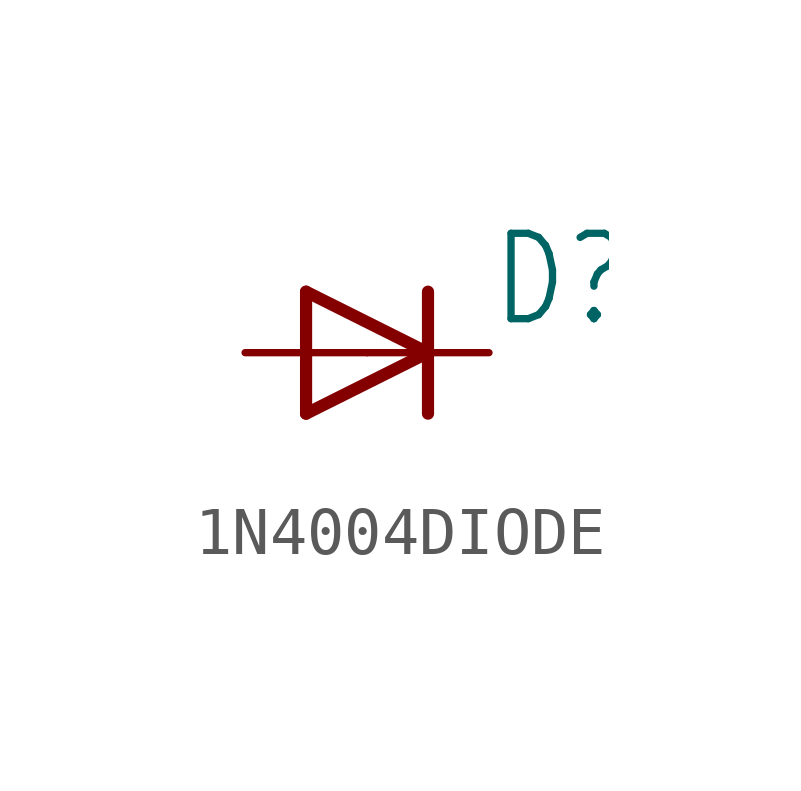
<source format=kicad_sym>
(kicad_symbol_lib
  (version 20220914)
  (generator kicad_symbol_editor)
  (symbol "1N4004DIODE"
    (property "Reference" "D"
      (at 2.54 0.483 0)
      (effects (font (size 1.778 1.511)) (justify left bottom)))
    (property "Value" ""
      (at 2.54 -2.311 0)
      (effects (font (size 1.778 1.511)) (justify left bottom)))
    (property "ki_locked" ""
      (at 0 0 0)
      (effects (font (size 1.27 1.27))))
    (symbol "1N4004DIODE_1_0"
      (polyline (pts (xy -1.27 -1.27) (xy 1.27 0)) (stroke (width 0.254) (type solid)) (fill (type none)))
      (polyline (pts (xy -1.27 1.27) (xy -1.27 -1.27)) (stroke (width 0.254) (type solid)) (fill (type none)))
      (polyline (pts (xy 1.27 0) (xy -1.27 1.27)) (stroke (width 0.254) (type solid)) (fill (type none)))
      (polyline (pts (xy 1.27 0) (xy 1.27 -1.27)) (stroke (width 0.254) (type solid)) (fill (type none)))
      (polyline (pts (xy 1.27 1.27) (xy 1.27 0)) (stroke (width 0.254) (type solid)) (fill (type none)))
      (pin passive line (at -2.54 0 0) (length 2.54) (name "A" (effects (font (size 0 0)))) (number "A" (effects (font (size 0 0)))))
      (pin passive line (at 2.54 0 180) (length 2.54) (name "C" (effects (font (size 0 0)))) (number "C" (effects (font (size 0 0))))))))
</source>
